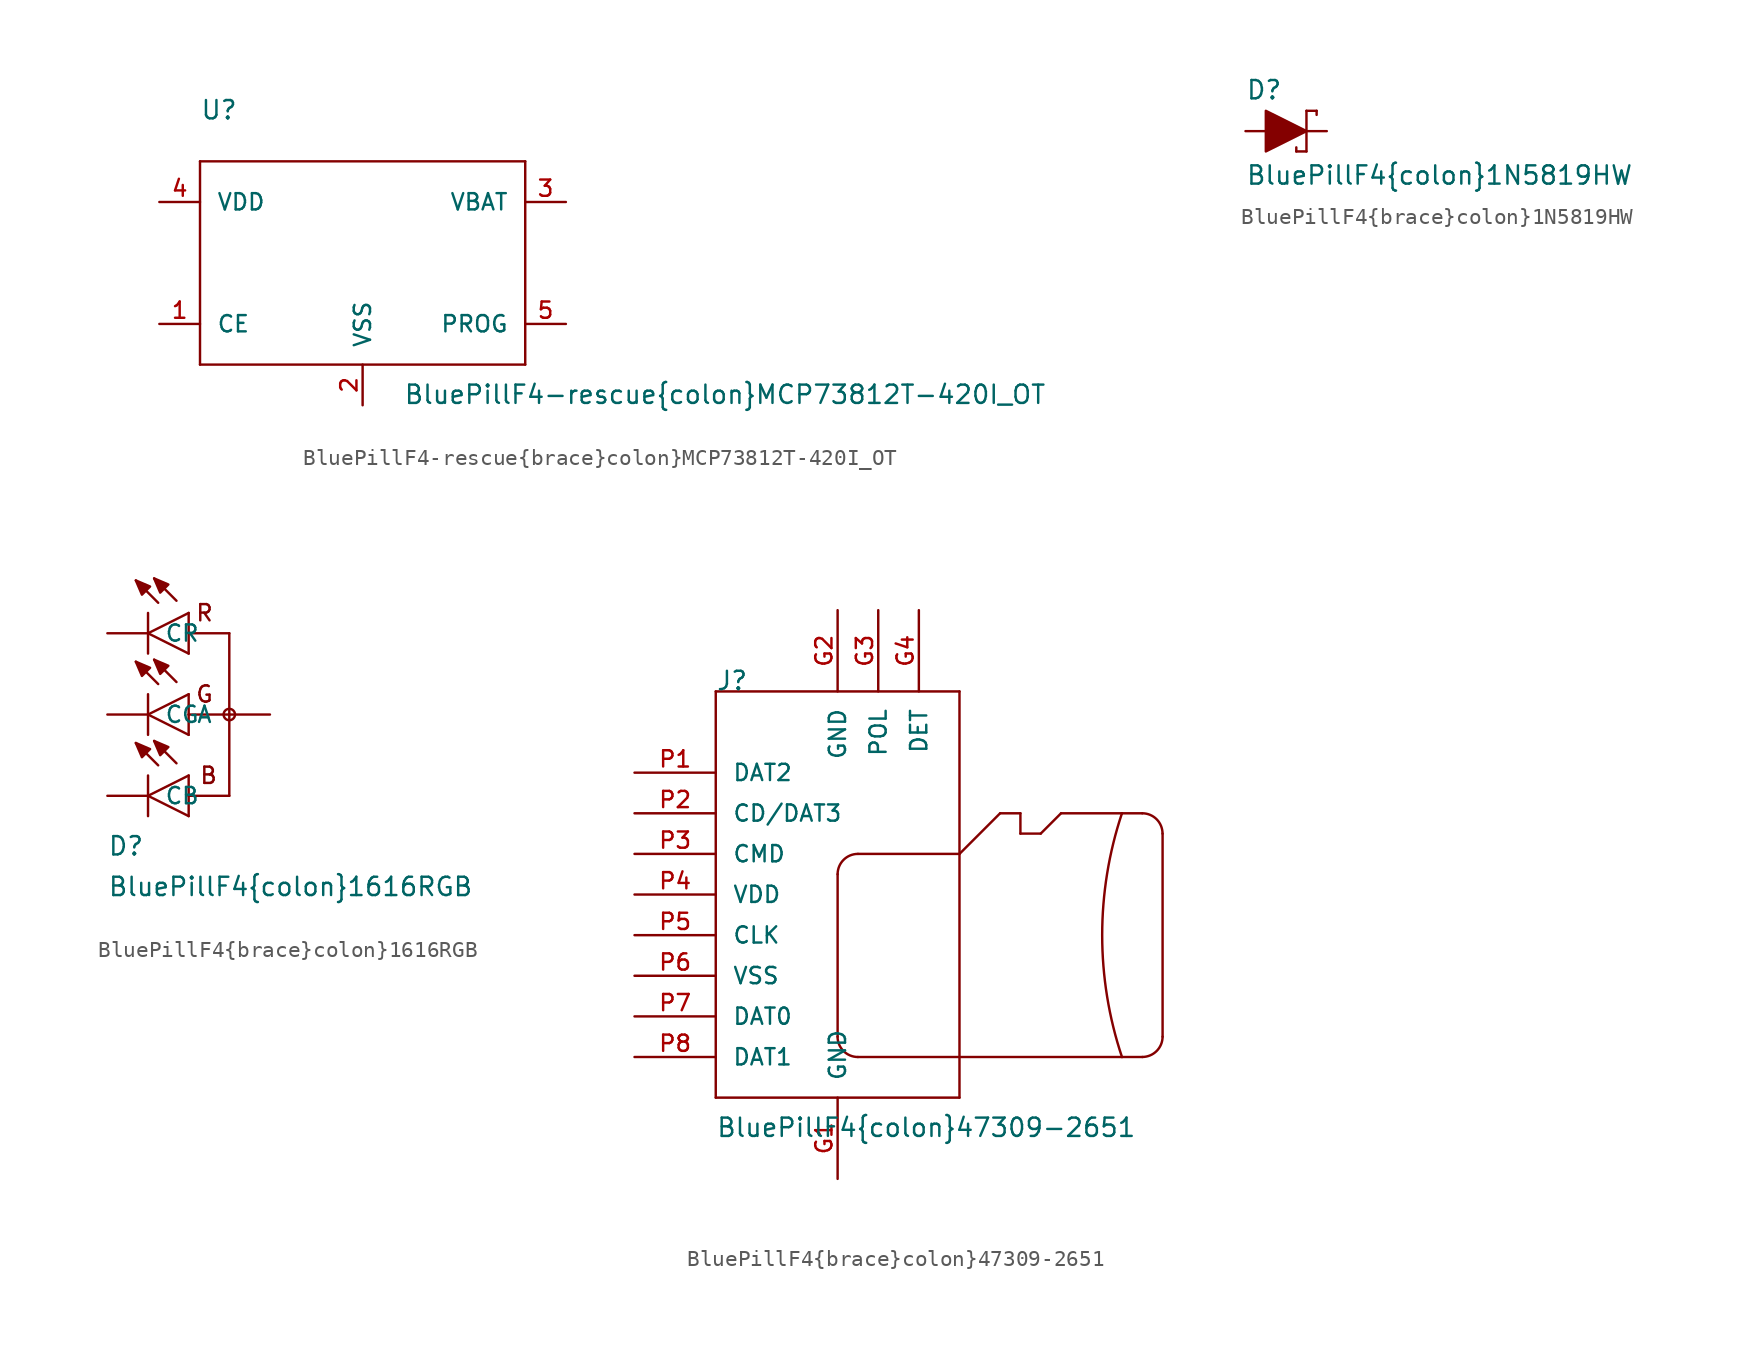
<source format=kicad_sym>
(kicad_symbol_lib
  (version 20211014)
  (generator kicad_symbol_editor)
  (symbol "BluePillF4-rescue{brace}colon}MCP73812T-420I_OT"
    (pin_names
      (offset 1.016))
    (property "Reference" "U"
      (at -10.16 10.16 0)
      (effects (font (size 1.143 1.143)) (justify left bottom)))
    (property "Value" "BluePillF4-rescue{brace}colon}MCP73812T-420I_OT"
      (at 2.54 -7.62 0)
      (effects (font (size 1.143 1.143)) (justify left bottom)))
    (property "ki_locked" ""
      (at 0 0 0)
      (effects (font (size 1.27 1.27))))
    (symbol "BluePillF4-rescue{brace}colon}MCP73812T-420I_OT_1_0"
      (polyline (pts (xy -10.16 -5.08) (xy -10.16 7.62)) (stroke (width 0) (type default) (color 0 0 0 0)) (fill (type none)))
      (polyline (pts (xy -10.16 7.62) (xy 10.16 7.62)) (stroke (width 0) (type default) (color 0 0 0 0)) (fill (type none)))
      (polyline (pts (xy 10.16 -5.08) (xy -10.16 -5.08)) (stroke (width 0) (type default) (color 0 0 0 0)) (fill (type none)))
      (polyline (pts (xy 10.16 7.62) (xy 10.16 -5.08)) (stroke (width 0) (type default) (color 0 0 0 0)) (fill (type none))))
    (symbol "BluePillF4-rescue{brace}colon}MCP73812T-420I_OT_1_1"
      (pin input line (at -12.7 -2.54 0) (length 2.54) (name "CE" (effects (font (size 1.016 1.016)))) (number "1" (effects (font (size 1.016 1.016)))))
      (pin power_in line (at 0 -7.62 90) (length 2.54) (name "VSS" (effects (font (size 1.016 1.016)))) (number "2" (effects (font (size 1.016 1.016)))))
      (pin power_out line (at 12.7 5.08 180) (length 2.54) (name "VBAT" (effects (font (size 1.016 1.016)))) (number "3" (effects (font (size 1.016 1.016)))))
      (pin power_in line (at -12.7 5.08 0) (length 2.54) (name "VDD" (effects (font (size 1.016 1.016)))) (number "4" (effects (font (size 1.016 1.016)))))
      (pin passive line (at 12.7 -2.54 180) (length 2.54) (name "PROG" (effects (font (size 1.016 1.016)))) (number "5" (effects (font (size 1.016 1.016)))))))
  (symbol "BluePillF4{brace}colon}1N5819HW"
    (pin_numbers hide)
    (pin_names
      (offset 1.016) hide)
    (property "Reference" "D"
      (at -2.54 1.905 0)
      (effects (font (size 1.143 1.143)) (justify left bottom)))
    (property "Value" "BluePillF4{brace}colon}1N5819HW"
      (at -2.54 -3.429 0)
      (effects (font (size 1.143 1.143)) (justify left bottom)))
    (property "ki_locked" ""
      (at 0 0 0)
      (effects (font (size 1.27 1.27))))
    (symbol "BluePillF4{brace}colon}1N5819HW_1_0"
      (polyline (pts (xy 0.635 -1.016) (xy 0.635 -1.27)) (stroke (width 0) (type default) (color 0 0 0 0)) (fill (type none)))
      (polyline (pts (xy 1.27 -1.27) (xy 0.635 -1.27)) (stroke (width 0) (type default) (color 0 0 0 0)) (fill (type none)))
      (polyline (pts (xy 1.27 1.27) (xy 1.27 -1.27)) (stroke (width 0) (type default) (color 0 0 0 0)) (fill (type none)))
      (polyline (pts (xy 1.905 1.27) (xy 1.27 1.27)) (stroke (width 0) (type default) (color 0 0 0 0)) (fill (type none)))
      (polyline (pts (xy 1.905 1.27) (xy 1.905 1.016)) (stroke (width 0) (type default) (color 0 0 0 0)) (fill (type none))))
    (symbol "BluePillF4{brace}colon}1N5819HW_1_1"
      (polyline (pts (xy -1.27 1.27) (xy -1.27 -1.27) (xy -1.27 -1.27) (xy 1.27 0) (xy 1.27 0) (xy -1.27 1.27)) (stroke (width 0) (type default) (color 0 0 0 0)) (fill (type outline)))
      (pin passive line (at -2.54 0 0) (length 2.54) (name "A" (effects (font (size 1.016 1.016)))) (number "A" (effects (font (size 1.016 1.016)))))
      (pin passive line (at 2.54 0 180) (length 2.54) (name "C" (effects (font (size 1.016 1.016)))) (number "C" (effects (font (size 1.016 1.016)))))))
  (symbol "BluePillF4{brace}colon}1616RGB"
    (pin_numbers hide)
    (pin_names
      (offset 1.016))
    (property "Reference" "D"
      (at -2.54 -8.89 0)
      (effects (font (size 1.143 1.143)) (justify left bottom)))
    (property "Value" "BluePillF4{brace}colon}1616RGB"
      (at -2.54 -11.43 0)
      (effects (font (size 1.143 1.143)) (justify left bottom)))
    (property "ki_locked" ""
      (at 0 0 0)
      (effects (font (size 1.27 1.27))))
    (symbol "BluePillF4{brace}colon}1616RGB_1_0"
      (polyline (pts (xy 0 -6.35) (xy 0 -5.08)) (stroke (width 0) (type default) (color 0 0 0 0)) (fill (type none)))
      (polyline (pts (xy 0 -5.08) (xy 0 -3.81)) (stroke (width 0) (type default) (color 0 0 0 0)) (fill (type none)))
      (polyline (pts (xy 0 -5.08) (xy 2.54 -3.81)) (stroke (width 0) (type default) (color 0 0 0 0)) (fill (type none)))
      (polyline (pts (xy 0 -1.27) (xy 0 0)) (stroke (width 0) (type default) (color 0 0 0 0)) (fill (type none)))
      (polyline (pts (xy 0 0) (xy 0 1.27)) (stroke (width 0) (type default) (color 0 0 0 0)) (fill (type none)))
      (polyline (pts (xy 0 0) (xy 2.54 1.27)) (stroke (width 0) (type default) (color 0 0 0 0)) (fill (type none)))
      (polyline (pts (xy 0 3.81) (xy 0 5.08)) (stroke (width 0) (type default) (color 0 0 0 0)) (fill (type none)))
      (polyline (pts (xy 0 5.08) (xy 0 6.35)) (stroke (width 0) (type default) (color 0 0 0 0)) (fill (type none)))
      (polyline (pts (xy 0 5.08) (xy 2.54 6.35)) (stroke (width 0) (type default) (color 0 0 0 0)) (fill (type none)))
      (polyline (pts (xy 0.635 -3.175) (xy -0.762 -1.778)) (stroke (width 0) (type default) (color 0 0 0 0)) (fill (type none)))
      (polyline (pts (xy 0.635 1.905) (xy -0.762 3.302)) (stroke (width 0) (type default) (color 0 0 0 0)) (fill (type none)))
      (polyline (pts (xy 0.635 6.985) (xy -0.762 8.382)) (stroke (width 0) (type default) (color 0 0 0 0)) (fill (type none)))
      (polyline (pts (xy 1.778 -3.048) (xy 0.381 -1.651)) (stroke (width 0) (type default) (color 0 0 0 0)) (fill (type none)))
      (polyline (pts (xy 1.778 2.032) (xy 0.381 3.429)) (stroke (width 0) (type default) (color 0 0 0 0)) (fill (type none)))
      (polyline (pts (xy 1.778 7.112) (xy 0.381 8.509)) (stroke (width 0) (type default) (color 0 0 0 0)) (fill (type none)))
      (polyline (pts (xy 2.54 -6.35) (xy 0 -5.08)) (stroke (width 0) (type default) (color 0 0 0 0)) (fill (type none)))
      (polyline (pts (xy 2.54 -6.35) (xy 2.54 -5.08)) (stroke (width 0) (type default) (color 0 0 0 0)) (fill (type none)))
      (polyline (pts (xy 2.54 -5.08) (xy 2.54 -3.81)) (stroke (width 0) (type default) (color 0 0 0 0)) (fill (type none)))
      (polyline (pts (xy 2.54 -5.08) (xy 5.08 -5.08)) (stroke (width 0) (type default) (color 0 0 0 0)) (fill (type none)))
      (polyline (pts (xy 2.54 -1.27) (xy 0 0)) (stroke (width 0) (type default) (color 0 0 0 0)) (fill (type none)))
      (polyline (pts (xy 2.54 -1.27) (xy 2.54 0)) (stroke (width 0) (type default) (color 0 0 0 0)) (fill (type none)))
      (polyline (pts (xy 2.54 0) (xy 2.54 1.27)) (stroke (width 0) (type default) (color 0 0 0 0)) (fill (type none)))
      (polyline (pts (xy 2.54 3.81) (xy 0 5.08)) (stroke (width 0) (type default) (color 0 0 0 0)) (fill (type none)))
      (polyline (pts (xy 2.54 3.81) (xy 2.54 5.08)) (stroke (width 0) (type default) (color 0 0 0 0)) (fill (type none)))
      (polyline (pts (xy 2.54 5.08) (xy 2.54 6.35)) (stroke (width 0) (type default) (color 0 0 0 0)) (fill (type none)))
      (polyline (pts (xy 2.54 5.08) (xy 5.08 5.08)) (stroke (width 0) (type default) (color 0 0 0 0)) (fill (type none)))
      (polyline (pts (xy 5.08 -5.08) (xy 5.08 0)) (stroke (width 0) (type default) (color 0 0 0 0)) (fill (type none)))
      (polyline (pts (xy 5.08 0) (xy 2.54 0)) (stroke (width 0) (type default) (color 0 0 0 0)) (fill (type none)))
      (polyline (pts (xy 5.08 5.08) (xy 5.08 0)) (stroke (width 0) (type default) (color 0 0 0 0)) (fill (type none)))
      (text "B" (at 3.785 -3.81 0) (effects (font (size 1.016 1.016))))
      (text "G" (at 3.531 1.27 0) (effects (font (size 1.016 1.016))))
      (text "R" (at 3.531 6.35 0) (effects (font (size 1.016 1.016)))))
    (symbol "BluePillF4{brace}colon}1616RGB_1_1"
      (polyline (pts (xy 0.127 -2.159) (xy -0.762 -1.778) (xy -0.762 -1.778) (xy -0.381 -2.667) (xy -0.381 -2.667) (xy 0.127 -2.159)) (stroke (width 0) (type default) (color 0 0 0 0)) (fill (type outline)))
      (polyline (pts (xy 0.127 2.921) (xy -0.762 3.302) (xy -0.762 3.302) (xy -0.381 2.413) (xy -0.381 2.413) (xy 0.127 2.921)) (stroke (width 0) (type default) (color 0 0 0 0)) (fill (type outline)))
      (polyline (pts (xy 0.127 8.001) (xy -0.762 8.382) (xy -0.762 8.382) (xy -0.381 7.493) (xy -0.381 7.493) (xy 0.127 8.001)) (stroke (width 0) (type default) (color 0 0 0 0)) (fill (type outline)))
      (polyline (pts (xy 1.27 -2.032) (xy 0.381 -1.651) (xy 0.381 -1.651) (xy 0.762 -2.54) (xy 0.762 -2.54) (xy 1.27 -2.032)) (stroke (width 0) (type default) (color 0 0 0 0)) (fill (type outline)))
      (polyline (pts (xy 1.27 3.048) (xy 0.381 3.429) (xy 0.381 3.429) (xy 0.762 2.54) (xy 0.762 2.54) (xy 1.27 3.048)) (stroke (width 0) (type default) (color 0 0 0 0)) (fill (type outline)))
      (polyline (pts (xy 1.27 8.128) (xy 0.381 8.509) (xy 0.381 8.509) (xy 0.762 7.62) (xy 0.762 7.62) (xy 1.27 8.128)) (stroke (width 0) (type default) (color 0 0 0 0)) (fill (type outline)))
      (circle (center 5.08 0) (radius 0.356) (stroke (width 0) (type default) (color 0 0 0 0)) (fill (type none)))
      (pin passive line (at -2.54 5.08 0) (length 2.54) (name "CR" (effects (font (size 1.016 1.016)))) (number "1" (effects (font (size 1.016 1.016)))))
      (pin passive line (at -2.54 0 0) (length 2.54) (name "CG" (effects (font (size 1.016 1.016)))) (number "2" (effects (font (size 1.016 1.016)))))
      (pin passive line (at -2.54 -5.08 0) (length 2.54) (name "CB" (effects (font (size 1.016 1.016)))) (number "3" (effects (font (size 1.016 1.016)))))
      (pin passive line (at 7.62 0 180) (length 2.54) (name "A" (effects (font (size 1.016 1.016)))) (number "4" (effects (font (size 1.016 1.016)))))))
  (symbol "BluePillF4{brace}colon}47309-2651"
    (pin_names
      (offset 1.016))
    (property "Reference" "J"
      (at -12.7 15.24 0)
      (effects (font (size 1.143 1.143)) (justify left bottom)))
    (property "Value" "BluePillF4{brace}colon}47309-2651"
      (at -12.7 -12.7 0)
      (effects (font (size 1.143 1.143)) (justify left bottom)))
    (symbol "BluePillF4{brace}colon}47309-2651_1_0"
      (polyline (pts (xy -12.7 -10.16) (xy 2.54 -10.16)) (stroke (width 0) (type default) (color 0 0 0 0)) (fill (type none)))
      (polyline (pts (xy -12.7 15.24) (xy -12.7 -10.16)) (stroke (width 0) (type default) (color 0 0 0 0)) (fill (type none)))
      (polyline (pts (xy -5.08 -6.35) (xy -5.08 3.81)) (stroke (width 0) (type default) (color 0 0 0 0)) (fill (type none)))
      (polyline (pts (xy -3.81 5.08) (xy 2.54 5.08)) (stroke (width 0) (type default) (color 0 0 0 0)) (fill (type none)))
      (polyline (pts (xy 2.54 5.08) (xy 5.08 7.62)) (stroke (width 0) (type default) (color 0 0 0 0)) (fill (type none)))
      (polyline (pts (xy 2.54 15.24) (xy -12.7 15.24)) (stroke (width 0) (type default) (color 0 0 0 0)) (fill (type none)))
      (polyline (pts (xy 2.54 15.24) (xy 2.54 -10.16)) (stroke (width 0) (type default) (color 0 0 0 0)) (fill (type none)))
      (polyline (pts (xy 5.08 7.62) (xy 6.35 7.62)) (stroke (width 0) (type default) (color 0 0 0 0)) (fill (type none)))
      (polyline (pts (xy 6.35 6.35) (xy 7.62 6.35)) (stroke (width 0) (type default) (color 0 0 0 0)) (fill (type none)))
      (polyline (pts (xy 6.35 7.62) (xy 6.35 6.35)) (stroke (width 0) (type default) (color 0 0 0 0)) (fill (type none)))
      (polyline (pts (xy 7.62 6.35) (xy 8.89 7.62)) (stroke (width 0) (type default) (color 0 0 0 0)) (fill (type none)))
      (polyline (pts (xy 8.89 7.62) (xy 12.7 7.62)) (stroke (width 0) (type default) (color 0 0 0 0)) (fill (type none)))
      (polyline (pts (xy 12.7 -7.62) (xy -3.81 -7.62)) (stroke (width 0) (type default) (color 0 0 0 0)) (fill (type none)))
      (polyline (pts (xy 12.7 7.62) (xy 13.97 7.62)) (stroke (width 0) (type default) (color 0 0 0 0)) (fill (type none)))
      (polyline (pts (xy 13.97 -7.62) (xy 12.7 -7.62)) (stroke (width 0) (type default) (color 0 0 0 0)) (fill (type none)))
      (polyline (pts (xy 15.24 6.35) (xy 15.24 -6.35)) (stroke (width 0) (type default) (color 0 0 0 0)) (fill (type none))))
    (symbol "BluePillF4{brace}colon}47309-2651_1_1"
      (arc (start -5.08 -6.35) (mid -4.708 -7.248) (end -3.81 -7.62) (stroke (width 0) (type default) (color 0 0 0 0)) (fill (type none)))
      (arc (start -3.81 5.08) (mid -4.708 4.708) (end -5.08 3.81) (stroke (width 0) (type default) (color 0 0 0 0)) (fill (type none)))
      (arc (start 12.7 7.62) (mid 11.4634 0) (end 12.7 -7.62) (stroke (width 0) (type default) (color 0 0 0 0)) (fill (type none)))
      (arc (start 13.97 -7.62) (mid 14.868 -7.248) (end 15.24 -6.35) (stroke (width 0) (type default) (color 0 0 0 0)) (fill (type none)))
      (arc (start 15.24 6.35) (mid 14.868 7.248) (end 13.97 7.62) (stroke (width 0) (type default) (color 0 0 0 0)) (fill (type none)))
      (pin power_in line (at -5.08 -15.24 90) (length 5.08) (name "GND" (effects (font (size 1.016 1.016)))) (number "G1" (effects (font (size 1.016 1.016)))))
      (pin power_in line (at -5.08 20.32 270) (length 5.08) (name "GND" (effects (font (size 1.016 1.016)))) (number "G2" (effects (font (size 1.016 1.016)))))
      (pin passive line (at -2.54 20.32 270) (length 5.08) (name "POL" (effects (font (size 1.016 1.016)))) (number "G3" (effects (font (size 1.016 1.016)))))
      (pin passive line (at 0 20.32 270) (length 5.08) (name "DET" (effects (font (size 1.016 1.016)))) (number "G4" (effects (font (size 1.016 1.016)))))
      (pin bidirectional line (at -17.78 10.16 0) (length 5.08) (name "DAT2" (effects (font (size 1.016 1.016)))) (number "P1" (effects (font (size 1.016 1.016)))))
      (pin bidirectional line (at -17.78 7.62 0) (length 5.08) (name "CD/DAT3" (effects (font (size 1.016 1.016)))) (number "P2" (effects (font (size 1.016 1.016)))))
      (pin input line (at -17.78 5.08 0) (length 5.08) (name "CMD" (effects (font (size 1.016 1.016)))) (number "P3" (effects (font (size 1.016 1.016)))))
      (pin power_in line (at -17.78 2.54 0) (length 5.08) (name "VDD" (effects (font (size 1.016 1.016)))) (number "P4" (effects (font (size 1.016 1.016)))))
      (pin input line (at -17.78 0 0) (length 5.08) (name "CLK" (effects (font (size 1.016 1.016)))) (number "P5" (effects (font (size 1.016 1.016)))))
      (pin power_in line (at -17.78 -2.54 0) (length 5.08) (name "VSS" (effects (font (size 1.016 1.016)))) (number "P6" (effects (font (size 1.016 1.016)))))
      (pin bidirectional line (at -17.78 -5.08 0) (length 5.08) (name "DAT0" (effects (font (size 1.016 1.016)))) (number "P7" (effects (font (size 1.016 1.016)))))
      (pin bidirectional line (at -17.78 -7.62 0) (length 5.08) (name "DAT1" (effects (font (size 1.016 1.016)))) (number "P8" (effects (font (size 1.016 1.016))))))))
</source>
